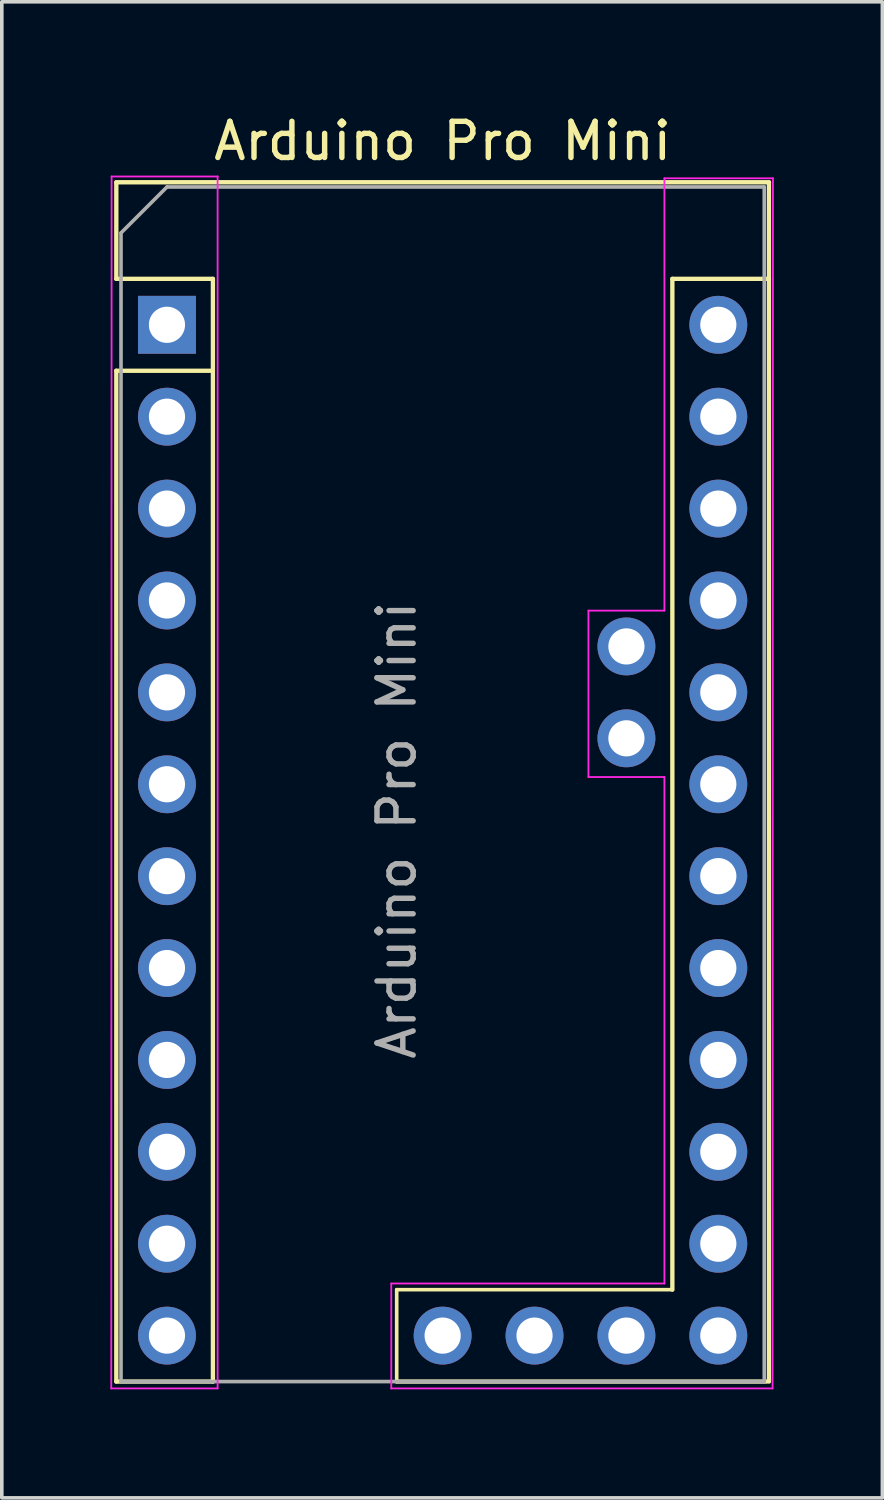
<source format=kicad_pcb>
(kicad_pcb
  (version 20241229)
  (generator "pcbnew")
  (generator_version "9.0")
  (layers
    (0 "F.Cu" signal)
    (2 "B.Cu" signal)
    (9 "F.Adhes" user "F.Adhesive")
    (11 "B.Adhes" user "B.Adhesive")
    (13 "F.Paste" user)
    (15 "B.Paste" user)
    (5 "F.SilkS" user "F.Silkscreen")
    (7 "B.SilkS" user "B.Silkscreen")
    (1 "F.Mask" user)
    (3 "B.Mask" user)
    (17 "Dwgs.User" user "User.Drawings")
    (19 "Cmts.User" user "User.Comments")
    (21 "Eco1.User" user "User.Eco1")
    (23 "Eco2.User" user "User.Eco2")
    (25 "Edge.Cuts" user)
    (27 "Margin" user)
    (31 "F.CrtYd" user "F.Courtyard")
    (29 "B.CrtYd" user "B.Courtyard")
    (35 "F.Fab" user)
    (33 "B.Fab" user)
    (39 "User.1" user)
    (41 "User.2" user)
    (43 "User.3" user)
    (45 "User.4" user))
  (footprint "Arduino Pro Mini"
    (layer "F.Cu")
    (at 1.565 5.928)
    (property "Reference" "Arduino Pro Mini" (at 7.62 -5.08 0) (layer "F.SilkS") (effects (font (size 1 1) (thickness 0.15))))
    (attr through_hole)
    (fp_line (start -1.4 -3.94) (end -1.4 -1.27) (stroke (width 0.12) (type solid)) (layer "F.SilkS"))
    (fp_line (start -1.4 1.27) (end -1.4 29.21) (stroke (width 0.12) (type solid)) (layer "F.SilkS"))
    (fp_line (start 1.27 -1.27) (end -1.4 -1.27) (stroke (width 0.12) (type solid)) (layer "F.SilkS"))
    (fp_line (start 1.27 1.27) (end -1.4 1.27) (stroke (width 0.12) (type solid)) (layer "F.SilkS"))
    (fp_line (start 1.27 1.27) (end 1.27 -1.27) (stroke (width 0.12) (type solid)) (layer "F.SilkS"))
    (fp_line (start 1.27 1.27) (end 1.27 29.21) (stroke (width 0.12) (type solid)) (layer "F.SilkS"))
    (fp_line (start 1.27 29.21) (end -1.4 29.21) (stroke (width 0.12) (type solid)) (layer "F.SilkS"))
    (fp_line (start 6.35 26.67) (end 6.35 29.21) (stroke (width 0.1) (type default)) (layer "F.SilkS"))
    (fp_line (start 6.35 29.21) (end 16.575 29.21) (stroke (width 0.12) (type solid)) (layer "F.SilkS"))
    (fp_line (start 13.97 -1.27) (end 13.97 26.67) (stroke (width 0.12) (type solid)) (layer "F.SilkS"))
    (fp_line (start 13.97 -1.27) (end 16.64 -1.27) (stroke (width 0.12) (type solid)) (layer "F.SilkS"))
    (fp_line (start 13.97 26.67) (end 6.35 26.67) (stroke (width 0.1) (type default)) (layer "F.SilkS"))
    (fp_line (start 16.64 -3.94) (end -1.4 -3.94) (stroke (width 0.12) (type solid)) (layer "F.SilkS"))
    (fp_line (start 16.64 29.21) (end 16.64 -3.94) (stroke (width 0.12) (type solid)) (layer "F.SilkS"))
    (fp_line (start -1.54 29.4) (end 1.4 29.4) (stroke (width 0.05) (type default)) (layer "F.CrtYd"))
    (fp_line (start -1.53 -4.1) (end -1.54 29.4) (stroke (width 0.05) (type solid)) (layer "F.CrtYd"))
    (fp_line (start 1.4 -4.1) (end -1.53 -4.1) (stroke (width 0.05) (type default)) (layer "F.CrtYd"))
    (fp_line (start 1.4 29.4) (end 1.4 -4.1) (stroke (width 0.05) (type default)) (layer "F.CrtYd"))
    (fp_line (start 6.2 26.5) (end 6.2 29.4) (stroke (width 0.05) (type default)) (layer "F.CrtYd"))
    (fp_line (start 6.2 29.4) (end 16.74 29.4) (stroke (width 0.05) (type default)) (layer "F.CrtYd"))
    (fp_line (start 11.65 7.9) (end 11.65 12.5) (stroke (width 0.05) (type default)) (layer "F.CrtYd"))
    (fp_line (start 11.65 12.5) (end 13.75 12.5) (stroke (width 0.05) (type default)) (layer "F.CrtYd"))
    (fp_line (start 13.75 -4.05) (end 13.75 7.9) (stroke (width 0.05) (type default)) (layer "F.CrtYd"))
    (fp_line (start 13.75 7.9) (end 11.65 7.9) (stroke (width 0.05) (type default)) (layer "F.CrtYd"))
    (fp_line (start 13.75 12.5) (end 13.75 26.5) (stroke (width 0.05) (type default)) (layer "F.CrtYd"))
    (fp_line (start 13.75 26.5) (end 6.2 26.5) (stroke (width 0.05) (type default)) (layer "F.CrtYd"))
    (fp_line (start 16.74 29.4) (end 16.75 -4.05) (stroke (width 0.05) (type solid)) (layer "F.CrtYd"))
    (fp_line (start 16.75 -4.05) (end 13.75 -4.05) (stroke (width 0.05) (type default)) (layer "F.CrtYd"))
    (fp_line (start -1.27 -2.54) (end 0 -3.81) (stroke (width 0.1) (type solid)) (layer "F.Fab"))
    (fp_line (start -1.27 29.21) (end -1.27 -2.54) (stroke (width 0.1) (type solid)) (layer "F.Fab"))
    (fp_line (start 0 -3.81) (end 16.51 -3.81) (stroke (width 0.1) (type solid)) (layer "F.Fab"))
    (fp_line (start 16.51 -3.81) (end 16.51 29.21) (stroke (width 0.1) (type solid)) (layer "F.Fab"))
    (fp_line (start 16.51 29.21) (end -1.27 29.21) (stroke (width 0.1) (type solid)) (layer "F.Fab"))
    (fp_text user "${REFERENCE}" (at 6.35 13.97 90) (layer "F.Fab") (effects (font (size 1 1) (thickness 0.15))))
    (pad "1" thru_hole rect (at 0 0) (size 1.6 1.6) (drill 1) (layers "*.Cu" "*.Mask"))
    (pad "2" thru_hole oval (at 0 2.54) (size 1.6 1.6) (drill 1) (layers "*.Cu" "*.Mask"))
    (pad "3" thru_hole oval (at 0 5.08) (size 1.6 1.6) (drill 1) (layers "*.Cu" "*.Mask"))
    (pad "4" thru_hole oval (at 0 7.62) (size 1.6 1.6) (drill 1) (layers "*.Cu" "*.Mask"))
    (pad "5" thru_hole oval (at 0 10.16) (size 1.6 1.6) (drill 1) (layers "*.Cu" "*.Mask"))
    (pad "6" thru_hole oval (at 0 12.7) (size 1.6 1.6) (drill 1) (layers "*.Cu" "*.Mask"))
    (pad "7" thru_hole oval (at 0 15.24) (size 1.6 1.6) (drill 1) (layers "*.Cu" "*.Mask"))
    (pad "8" thru_hole oval (at 0 17.78) (size 1.6 1.6) (drill 1) (layers "*.Cu" "*.Mask"))
    (pad "9" thru_hole oval (at 0 20.32) (size 1.6 1.6) (drill 1) (layers "*.Cu" "*.Mask"))
    (pad "10" thru_hole oval (at 0 22.86) (size 1.6 1.6) (drill 1) (layers "*.Cu" "*.Mask"))
    (pad "11" thru_hole oval (at 0 25.4) (size 1.6 1.6) (drill 1) (layers "*.Cu" "*.Mask"))
    (pad "12" thru_hole oval (at 0 27.94) (size 1.6 1.6) (drill 1) (layers "*.Cu" "*.Mask"))
    (pad "13" thru_hole oval (at 7.62 27.94) (size 1.6 1.6) (drill 1) (layers "*.Cu" "*.Mask"))
    (pad "14" thru_hole oval (at 10.16 27.94) (size 1.6 1.6) (drill 1) (layers "*.Cu" "*.Mask"))
    (pad "15" thru_hole oval (at 12.7 27.94) (size 1.6 1.6) (drill 1) (layers "*.Cu" "*.Mask"))
    (pad "16" thru_hole oval (at 15.24 27.94) (size 1.6 1.6) (drill 1) (layers "*.Cu" "*.Mask"))
    (pad "17" thru_hole oval (at 15.24 25.4) (size 1.6 1.6) (drill 1) (layers "*.Cu" "*.Mask"))
    (pad "18" thru_hole oval (at 15.24 22.86) (size 1.6 1.6) (drill 1) (layers "*.Cu" "*.Mask"))
    (pad "19" thru_hole oval (at 15.24 20.32) (size 1.6 1.6) (drill 1) (layers "*.Cu" "*.Mask"))
    (pad "20" thru_hole oval (at 15.24 17.78) (size 1.6 1.6) (drill 1) (layers "*.Cu" "*.Mask"))
    (pad "21" thru_hole oval (at 15.24 15.24) (size 1.6 1.6) (drill 1) (layers "*.Cu" "*.Mask"))
    (pad "22" thru_hole oval (at 15.24 12.7) (size 1.6 1.6) (drill 1) (layers "*.Cu" "*.Mask"))
    (pad "23" thru_hole oval (at 15.24 10.16) (size 1.6 1.6) (drill 1) (layers "*.Cu" "*.Mask"))
    (pad "24" thru_hole oval (at 12.7 11.43) (size 1.6 1.6) (drill 1) (layers "*.Cu" "*.Mask"))
    (pad "25" thru_hole oval (at 12.7 8.89) (size 1.6 1.6) (drill 1) (layers "*.Cu" "*.Mask"))
    (pad "26" thru_hole oval (at 15.24 7.62) (size 1.6 1.6) (drill 1) (layers "*.Cu" "*.Mask"))
    (pad "27" thru_hole oval (at 15.24 5.08) (size 1.6 1.6) (drill 1) (layers "*.Cu" "*.Mask"))
    (pad "28" thru_hole oval (at 15.24 2.54) (size 1.6 1.6) (drill 1) (layers "*.Cu" "*.Mask"))
    (pad "29" thru_hole oval (at 15.24 0) (size 1.6 1.6) (drill 1) (layers "*.Cu" "*.Mask")))
  (gr_rect
    (start -3 -3)
    (end 21.34 38.353)
    (stroke (width 0.1) (type default))
    (fill no)
    (layer "Edge.Cuts")))
</source>
